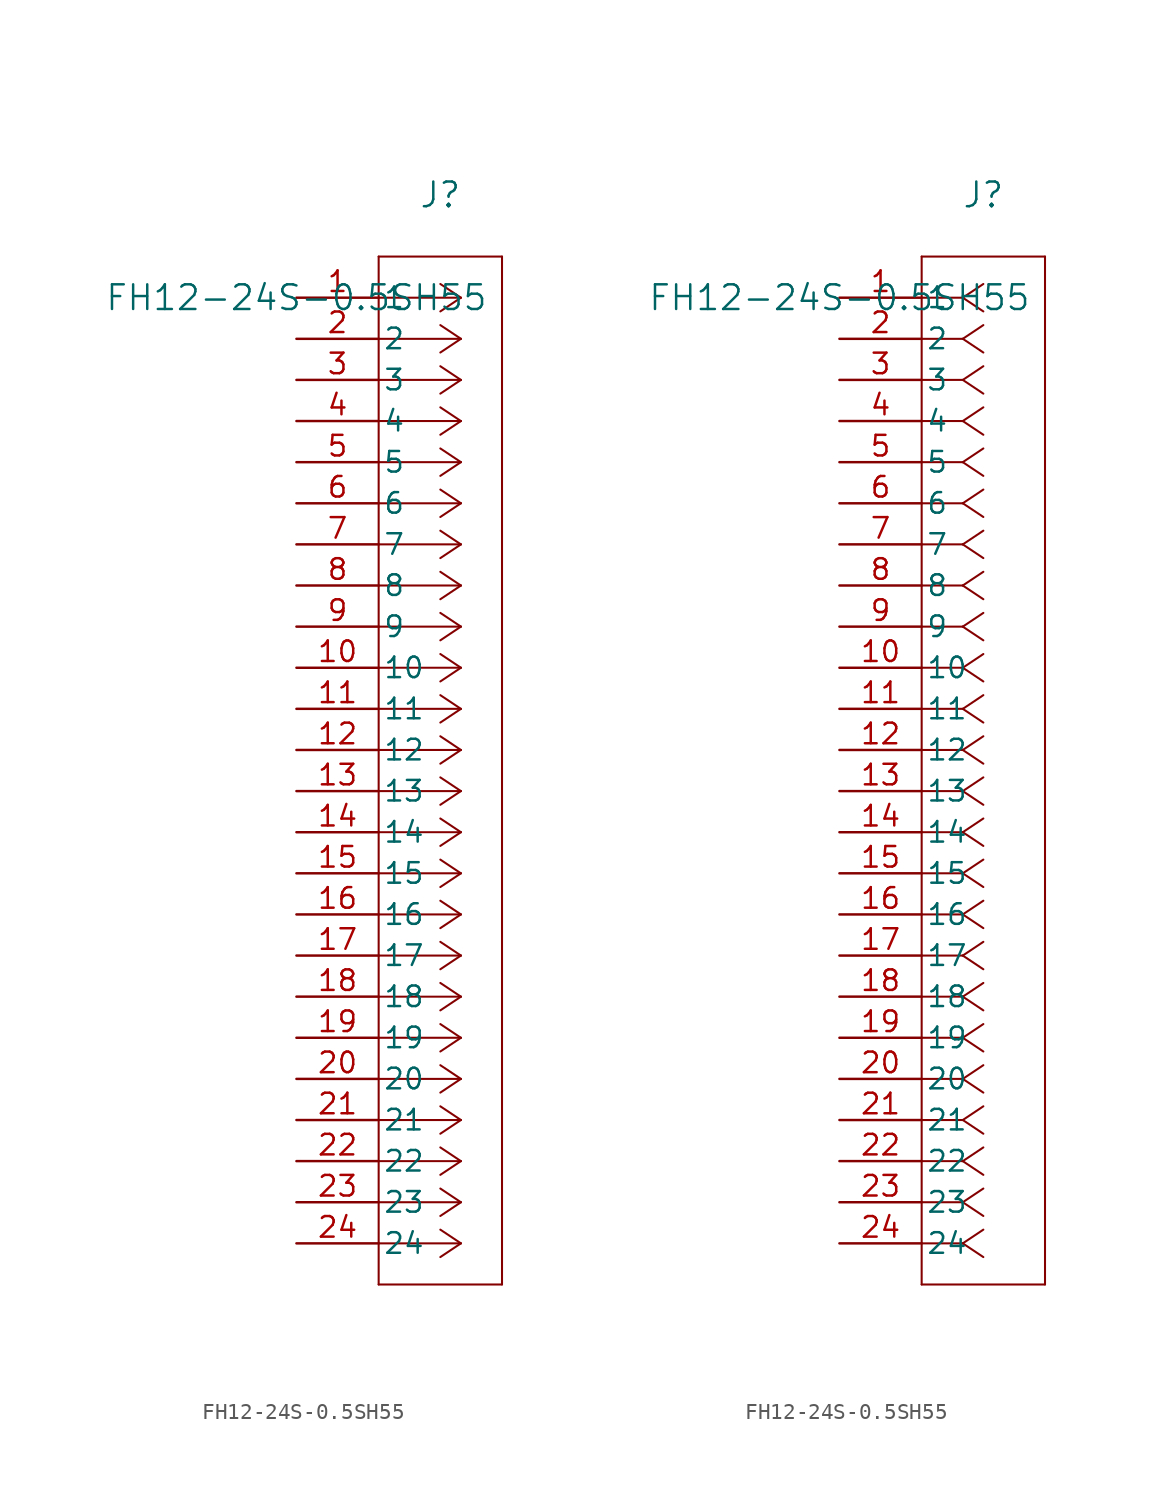
<source format=kicad_sym>
(kicad_symbol_lib
  (version 20241209)
  (generator "kicad_symbol_editor")
  (generator_version "9.0")
  (symbol "FH12-24S-0.5SH55"
    (pin_names
      (offset 0.254))
    (property "Reference" "J"
      (at 8.89 6.35 0)
      (effects (font (size 1.524 1.524))))
    (property "Value" "FH12-24S-0.5SH55"
      (at 0 0 0)
      (effects (font (size 1.524 1.524))))
    (property "ki_locked" ""
      (at 0 0 0)
      (effects (font (size 1.27 1.27))))
    (symbol "FH12-24S-0.5SH55_1_1"
      (polyline (pts (xy 5.08 2.54) (xy 5.08 -60.96)) (stroke (width 0.127) (type default)) (fill (type none)))
      (polyline (pts (xy 5.08 -60.96) (xy 12.7 -60.96)) (stroke (width 0.127) (type default)) (fill (type none)))
      (polyline (pts (xy 10.16 0) (xy 5.08 0)) (stroke (width 0.127) (type default)) (fill (type none)))
      (polyline (pts (xy 10.16 0) (xy 8.89 0.847)) (stroke (width 0.127) (type default)) (fill (type none)))
      (polyline (pts (xy 10.16 0) (xy 8.89 -0.847)) (stroke (width 0.127) (type default)) (fill (type none)))
      (polyline (pts (xy 10.16 -2.54) (xy 5.08 -2.54)) (stroke (width 0.127) (type default)) (fill (type none)))
      (polyline (pts (xy 10.16 -2.54) (xy 8.89 -1.693)) (stroke (width 0.127) (type default)) (fill (type none)))
      (polyline (pts (xy 10.16 -2.54) (xy 8.89 -3.387)) (stroke (width 0.127) (type default)) (fill (type none)))
      (polyline (pts (xy 10.16 -5.08) (xy 5.08 -5.08)) (stroke (width 0.127) (type default)) (fill (type none)))
      (polyline (pts (xy 10.16 -5.08) (xy 8.89 -4.233)) (stroke (width 0.127) (type default)) (fill (type none)))
      (polyline (pts (xy 10.16 -5.08) (xy 8.89 -5.927)) (stroke (width 0.127) (type default)) (fill (type none)))
      (polyline (pts (xy 10.16 -7.62) (xy 5.08 -7.62)) (stroke (width 0.127) (type default)) (fill (type none)))
      (polyline (pts (xy 10.16 -7.62) (xy 8.89 -6.773)) (stroke (width 0.127) (type default)) (fill (type none)))
      (polyline (pts (xy 10.16 -7.62) (xy 8.89 -8.467)) (stroke (width 0.127) (type default)) (fill (type none)))
      (polyline (pts (xy 10.16 -10.16) (xy 5.08 -10.16)) (stroke (width 0.127) (type default)) (fill (type none)))
      (polyline (pts (xy 10.16 -10.16) (xy 8.89 -9.313)) (stroke (width 0.127) (type default)) (fill (type none)))
      (polyline (pts (xy 10.16 -10.16) (xy 8.89 -11.007)) (stroke (width 0.127) (type default)) (fill (type none)))
      (polyline (pts (xy 10.16 -12.7) (xy 5.08 -12.7)) (stroke (width 0.127) (type default)) (fill (type none)))
      (polyline (pts (xy 10.16 -12.7) (xy 8.89 -11.853)) (stroke (width 0.127) (type default)) (fill (type none)))
      (polyline (pts (xy 10.16 -12.7) (xy 8.89 -13.547)) (stroke (width 0.127) (type default)) (fill (type none)))
      (polyline (pts (xy 10.16 -15.24) (xy 5.08 -15.24)) (stroke (width 0.127) (type default)) (fill (type none)))
      (polyline (pts (xy 10.16 -15.24) (xy 8.89 -14.393)) (stroke (width 0.127) (type default)) (fill (type none)))
      (polyline (pts (xy 10.16 -15.24) (xy 8.89 -16.087)) (stroke (width 0.127) (type default)) (fill (type none)))
      (polyline (pts (xy 10.16 -17.78) (xy 5.08 -17.78)) (stroke (width 0.127) (type default)) (fill (type none)))
      (polyline (pts (xy 10.16 -17.78) (xy 8.89 -16.933)) (stroke (width 0.127) (type default)) (fill (type none)))
      (polyline (pts (xy 10.16 -17.78) (xy 8.89 -18.627)) (stroke (width 0.127) (type default)) (fill (type none)))
      (polyline (pts (xy 10.16 -20.32) (xy 5.08 -20.32)) (stroke (width 0.127) (type default)) (fill (type none)))
      (polyline (pts (xy 10.16 -20.32) (xy 8.89 -19.473)) (stroke (width 0.127) (type default)) (fill (type none)))
      (polyline (pts (xy 10.16 -20.32) (xy 8.89 -21.167)) (stroke (width 0.127) (type default)) (fill (type none)))
      (polyline (pts (xy 10.16 -22.86) (xy 5.08 -22.86)) (stroke (width 0.127) (type default)) (fill (type none)))
      (polyline (pts (xy 10.16 -22.86) (xy 8.89 -22.013)) (stroke (width 0.127) (type default)) (fill (type none)))
      (polyline (pts (xy 10.16 -22.86) (xy 8.89 -23.707)) (stroke (width 0.127) (type default)) (fill (type none)))
      (polyline (pts (xy 10.16 -25.4) (xy 5.08 -25.4)) (stroke (width 0.127) (type default)) (fill (type none)))
      (polyline (pts (xy 10.16 -25.4) (xy 8.89 -24.553)) (stroke (width 0.127) (type default)) (fill (type none)))
      (polyline (pts (xy 10.16 -25.4) (xy 8.89 -26.247)) (stroke (width 0.127) (type default)) (fill (type none)))
      (polyline (pts (xy 10.16 -27.94) (xy 5.08 -27.94)) (stroke (width 0.127) (type default)) (fill (type none)))
      (polyline (pts (xy 10.16 -27.94) (xy 8.89 -27.093)) (stroke (width 0.127) (type default)) (fill (type none)))
      (polyline (pts (xy 10.16 -27.94) (xy 8.89 -28.787)) (stroke (width 0.127) (type default)) (fill (type none)))
      (polyline (pts (xy 10.16 -30.48) (xy 5.08 -30.48)) (stroke (width 0.127) (type default)) (fill (type none)))
      (polyline (pts (xy 10.16 -30.48) (xy 8.89 -29.633)) (stroke (width 0.127) (type default)) (fill (type none)))
      (polyline (pts (xy 10.16 -30.48) (xy 8.89 -31.327)) (stroke (width 0.127) (type default)) (fill (type none)))
      (polyline (pts (xy 10.16 -33.02) (xy 5.08 -33.02)) (stroke (width 0.127) (type default)) (fill (type none)))
      (polyline (pts (xy 10.16 -33.02) (xy 8.89 -32.173)) (stroke (width 0.127) (type default)) (fill (type none)))
      (polyline (pts (xy 10.16 -33.02) (xy 8.89 -33.867)) (stroke (width 0.127) (type default)) (fill (type none)))
      (polyline (pts (xy 10.16 -35.56) (xy 5.08 -35.56)) (stroke (width 0.127) (type default)) (fill (type none)))
      (polyline (pts (xy 10.16 -35.56) (xy 8.89 -34.713)) (stroke (width 0.127) (type default)) (fill (type none)))
      (polyline (pts (xy 10.16 -35.56) (xy 8.89 -36.407)) (stroke (width 0.127) (type default)) (fill (type none)))
      (polyline (pts (xy 10.16 -38.1) (xy 5.08 -38.1)) (stroke (width 0.127) (type default)) (fill (type none)))
      (polyline (pts (xy 10.16 -38.1) (xy 8.89 -37.253)) (stroke (width 0.127) (type default)) (fill (type none)))
      (polyline (pts (xy 10.16 -38.1) (xy 8.89 -38.947)) (stroke (width 0.127) (type default)) (fill (type none)))
      (polyline (pts (xy 10.16 -40.64) (xy 5.08 -40.64)) (stroke (width 0.127) (type default)) (fill (type none)))
      (polyline (pts (xy 10.16 -40.64) (xy 8.89 -39.793)) (stroke (width 0.127) (type default)) (fill (type none)))
      (polyline (pts (xy 10.16 -40.64) (xy 8.89 -41.487)) (stroke (width 0.127) (type default)) (fill (type none)))
      (polyline (pts (xy 10.16 -43.18) (xy 5.08 -43.18)) (stroke (width 0.127) (type default)) (fill (type none)))
      (polyline (pts (xy 10.16 -43.18) (xy 8.89 -42.333)) (stroke (width 0.127) (type default)) (fill (type none)))
      (polyline (pts (xy 10.16 -43.18) (xy 8.89 -44.027)) (stroke (width 0.127) (type default)) (fill (type none)))
      (polyline (pts (xy 10.16 -45.72) (xy 5.08 -45.72)) (stroke (width 0.127) (type default)) (fill (type none)))
      (polyline (pts (xy 10.16 -45.72) (xy 8.89 -44.873)) (stroke (width 0.127) (type default)) (fill (type none)))
      (polyline (pts (xy 10.16 -45.72) (xy 8.89 -46.567)) (stroke (width 0.127) (type default)) (fill (type none)))
      (polyline (pts (xy 10.16 -48.26) (xy 5.08 -48.26)) (stroke (width 0.127) (type default)) (fill (type none)))
      (polyline (pts (xy 10.16 -48.26) (xy 8.89 -47.413)) (stroke (width 0.127) (type default)) (fill (type none)))
      (polyline (pts (xy 10.16 -48.26) (xy 8.89 -49.107)) (stroke (width 0.127) (type default)) (fill (type none)))
      (polyline (pts (xy 10.16 -50.8) (xy 5.08 -50.8)) (stroke (width 0.127) (type default)) (fill (type none)))
      (polyline (pts (xy 10.16 -50.8) (xy 8.89 -49.953)) (stroke (width 0.127) (type default)) (fill (type none)))
      (polyline (pts (xy 10.16 -50.8) (xy 8.89 -51.647)) (stroke (width 0.127) (type default)) (fill (type none)))
      (polyline (pts (xy 10.16 -53.34) (xy 5.08 -53.34)) (stroke (width 0.127) (type default)) (fill (type none)))
      (polyline (pts (xy 10.16 -53.34) (xy 8.89 -52.493)) (stroke (width 0.127) (type default)) (fill (type none)))
      (polyline (pts (xy 10.16 -53.34) (xy 8.89 -54.187)) (stroke (width 0.127) (type default)) (fill (type none)))
      (polyline (pts (xy 10.16 -55.88) (xy 5.08 -55.88)) (stroke (width 0.127) (type default)) (fill (type none)))
      (polyline (pts (xy 10.16 -55.88) (xy 8.89 -55.033)) (stroke (width 0.127) (type default)) (fill (type none)))
      (polyline (pts (xy 10.16 -55.88) (xy 8.89 -56.727)) (stroke (width 0.127) (type default)) (fill (type none)))
      (polyline (pts (xy 10.16 -58.42) (xy 5.08 -58.42)) (stroke (width 0.127) (type default)) (fill (type none)))
      (polyline (pts (xy 10.16 -58.42) (xy 8.89 -57.573)) (stroke (width 0.127) (type default)) (fill (type none)))
      (polyline (pts (xy 10.16 -58.42) (xy 8.89 -59.267)) (stroke (width 0.127) (type default)) (fill (type none)))
      (polyline (pts (xy 12.7 2.54) (xy 5.08 2.54)) (stroke (width 0.127) (type default)) (fill (type none)))
      (polyline (pts (xy 12.7 -60.96) (xy 12.7 2.54)) (stroke (width 0.127) (type default)) (fill (type none)))
      (pin unspecified line (at 0 0 0) (length 5.08) (name "1" (effects (font (size 1.27 1.27)))) (number "1" (effects (font (size 1.27 1.27)))))
      (pin unspecified line (at 0 -2.54 0) (length 5.08) (name "2" (effects (font (size 1.27 1.27)))) (number "2" (effects (font (size 1.27 1.27)))))
      (pin unspecified line (at 0 -5.08 0) (length 5.08) (name "3" (effects (font (size 1.27 1.27)))) (number "3" (effects (font (size 1.27 1.27)))))
      (pin unspecified line (at 0 -7.62 0) (length 5.08) (name "4" (effects (font (size 1.27 1.27)))) (number "4" (effects (font (size 1.27 1.27)))))
      (pin unspecified line (at 0 -10.16 0) (length 5.08) (name "5" (effects (font (size 1.27 1.27)))) (number "5" (effects (font (size 1.27 1.27)))))
      (pin unspecified line (at 0 -12.7 0) (length 5.08) (name "6" (effects (font (size 1.27 1.27)))) (number "6" (effects (font (size 1.27 1.27)))))
      (pin unspecified line (at 0 -15.24 0) (length 5.08) (name "7" (effects (font (size 1.27 1.27)))) (number "7" (effects (font (size 1.27 1.27)))))
      (pin unspecified line (at 0 -17.78 0) (length 5.08) (name "8" (effects (font (size 1.27 1.27)))) (number "8" (effects (font (size 1.27 1.27)))))
      (pin unspecified line (at 0 -20.32 0) (length 5.08) (name "9" (effects (font (size 1.27 1.27)))) (number "9" (effects (font (size 1.27 1.27)))))
      (pin unspecified line (at 0 -22.86 0) (length 5.08) (name "10" (effects (font (size 1.27 1.27)))) (number "10" (effects (font (size 1.27 1.27)))))
      (pin unspecified line (at 0 -25.4 0) (length 5.08) (name "11" (effects (font (size 1.27 1.27)))) (number "11" (effects (font (size 1.27 1.27)))))
      (pin unspecified line (at 0 -27.94 0) (length 5.08) (name "12" (effects (font (size 1.27 1.27)))) (number "12" (effects (font (size 1.27 1.27)))))
      (pin unspecified line (at 0 -30.48 0) (length 5.08) (name "13" (effects (font (size 1.27 1.27)))) (number "13" (effects (font (size 1.27 1.27)))))
      (pin unspecified line (at 0 -33.02 0) (length 5.08) (name "14" (effects (font (size 1.27 1.27)))) (number "14" (effects (font (size 1.27 1.27)))))
      (pin unspecified line (at 0 -35.56 0) (length 5.08) (name "15" (effects (font (size 1.27 1.27)))) (number "15" (effects (font (size 1.27 1.27)))))
      (pin unspecified line (at 0 -38.1 0) (length 5.08) (name "16" (effects (font (size 1.27 1.27)))) (number "16" (effects (font (size 1.27 1.27)))))
      (pin unspecified line (at 0 -40.64 0) (length 5.08) (name "17" (effects (font (size 1.27 1.27)))) (number "17" (effects (font (size 1.27 1.27)))))
      (pin unspecified line (at 0 -43.18 0) (length 5.08) (name "18" (effects (font (size 1.27 1.27)))) (number "18" (effects (font (size 1.27 1.27)))))
      (pin unspecified line (at 0 -45.72 0) (length 5.08) (name "19" (effects (font (size 1.27 1.27)))) (number "19" (effects (font (size 1.27 1.27)))))
      (pin unspecified line (at 0 -48.26 0) (length 5.08) (name "20" (effects (font (size 1.27 1.27)))) (number "20" (effects (font (size 1.27 1.27)))))
      (pin unspecified line (at 0 -50.8 0) (length 5.08) (name "21" (effects (font (size 1.27 1.27)))) (number "21" (effects (font (size 1.27 1.27)))))
      (pin unspecified line (at 0 -53.34 0) (length 5.08) (name "22" (effects (font (size 1.27 1.27)))) (number "22" (effects (font (size 1.27 1.27)))))
      (pin unspecified line (at 0 -55.88 0) (length 5.08) (name "23" (effects (font (size 1.27 1.27)))) (number "23" (effects (font (size 1.27 1.27)))))
      (pin unspecified line (at 0 -58.42 0) (length 5.08) (name "24" (effects (font (size 1.27 1.27)))) (number "24" (effects (font (size 1.27 1.27))))))
    (symbol "FH12-24S-0.5SH55_1_2"
      (polyline (pts (xy 5.08 2.54) (xy 5.08 -60.96)) (stroke (width 0.127) (type default)) (fill (type none)))
      (polyline (pts (xy 5.08 -60.96) (xy 12.7 -60.96)) (stroke (width 0.127) (type default)) (fill (type none)))
      (polyline (pts (xy 7.62 0) (xy 5.08 0)) (stroke (width 0.127) (type default)) (fill (type none)))
      (polyline (pts (xy 7.62 0) (xy 8.89 0.847)) (stroke (width 0.127) (type default)) (fill (type none)))
      (polyline (pts (xy 7.62 0) (xy 8.89 -0.847)) (stroke (width 0.127) (type default)) (fill (type none)))
      (polyline (pts (xy 7.62 -2.54) (xy 5.08 -2.54)) (stroke (width 0.127) (type default)) (fill (type none)))
      (polyline (pts (xy 7.62 -2.54) (xy 8.89 -1.693)) (stroke (width 0.127) (type default)) (fill (type none)))
      (polyline (pts (xy 7.62 -2.54) (xy 8.89 -3.387)) (stroke (width 0.127) (type default)) (fill (type none)))
      (polyline (pts (xy 7.62 -5.08) (xy 5.08 -5.08)) (stroke (width 0.127) (type default)) (fill (type none)))
      (polyline (pts (xy 7.62 -5.08) (xy 8.89 -4.233)) (stroke (width 0.127) (type default)) (fill (type none)))
      (polyline (pts (xy 7.62 -5.08) (xy 8.89 -5.927)) (stroke (width 0.127) (type default)) (fill (type none)))
      (polyline (pts (xy 7.62 -7.62) (xy 5.08 -7.62)) (stroke (width 0.127) (type default)) (fill (type none)))
      (polyline (pts (xy 7.62 -7.62) (xy 8.89 -6.773)) (stroke (width 0.127) (type default)) (fill (type none)))
      (polyline (pts (xy 7.62 -7.62) (xy 8.89 -8.467)) (stroke (width 0.127) (type default)) (fill (type none)))
      (polyline (pts (xy 7.62 -10.16) (xy 5.08 -10.16)) (stroke (width 0.127) (type default)) (fill (type none)))
      (polyline (pts (xy 7.62 -10.16) (xy 8.89 -9.313)) (stroke (width 0.127) (type default)) (fill (type none)))
      (polyline (pts (xy 7.62 -10.16) (xy 8.89 -11.007)) (stroke (width 0.127) (type default)) (fill (type none)))
      (polyline (pts (xy 7.62 -12.7) (xy 5.08 -12.7)) (stroke (width 0.127) (type default)) (fill (type none)))
      (polyline (pts (xy 7.62 -12.7) (xy 8.89 -11.853)) (stroke (width 0.127) (type default)) (fill (type none)))
      (polyline (pts (xy 7.62 -12.7) (xy 8.89 -13.547)) (stroke (width 0.127) (type default)) (fill (type none)))
      (polyline (pts (xy 7.62 -15.24) (xy 5.08 -15.24)) (stroke (width 0.127) (type default)) (fill (type none)))
      (polyline (pts (xy 7.62 -15.24) (xy 8.89 -14.393)) (stroke (width 0.127) (type default)) (fill (type none)))
      (polyline (pts (xy 7.62 -15.24) (xy 8.89 -16.087)) (stroke (width 0.127) (type default)) (fill (type none)))
      (polyline (pts (xy 7.62 -17.78) (xy 5.08 -17.78)) (stroke (width 0.127) (type default)) (fill (type none)))
      (polyline (pts (xy 7.62 -17.78) (xy 8.89 -16.933)) (stroke (width 0.127) (type default)) (fill (type none)))
      (polyline (pts (xy 7.62 -17.78) (xy 8.89 -18.627)) (stroke (width 0.127) (type default)) (fill (type none)))
      (polyline (pts (xy 7.62 -20.32) (xy 5.08 -20.32)) (stroke (width 0.127) (type default)) (fill (type none)))
      (polyline (pts (xy 7.62 -20.32) (xy 8.89 -19.473)) (stroke (width 0.127) (type default)) (fill (type none)))
      (polyline (pts (xy 7.62 -20.32) (xy 8.89 -21.167)) (stroke (width 0.127) (type default)) (fill (type none)))
      (polyline (pts (xy 7.62 -22.86) (xy 5.08 -22.86)) (stroke (width 0.127) (type default)) (fill (type none)))
      (polyline (pts (xy 7.62 -22.86) (xy 8.89 -22.013)) (stroke (width 0.127) (type default)) (fill (type none)))
      (polyline (pts (xy 7.62 -22.86) (xy 8.89 -23.707)) (stroke (width 0.127) (type default)) (fill (type none)))
      (polyline (pts (xy 7.62 -25.4) (xy 5.08 -25.4)) (stroke (width 0.127) (type default)) (fill (type none)))
      (polyline (pts (xy 7.62 -25.4) (xy 8.89 -24.553)) (stroke (width 0.127) (type default)) (fill (type none)))
      (polyline (pts (xy 7.62 -25.4) (xy 8.89 -26.247)) (stroke (width 0.127) (type default)) (fill (type none)))
      (polyline (pts (xy 7.62 -27.94) (xy 5.08 -27.94)) (stroke (width 0.127) (type default)) (fill (type none)))
      (polyline (pts (xy 7.62 -27.94) (xy 8.89 -27.093)) (stroke (width 0.127) (type default)) (fill (type none)))
      (polyline (pts (xy 7.62 -27.94) (xy 8.89 -28.787)) (stroke (width 0.127) (type default)) (fill (type none)))
      (polyline (pts (xy 7.62 -30.48) (xy 5.08 -30.48)) (stroke (width 0.127) (type default)) (fill (type none)))
      (polyline (pts (xy 7.62 -30.48) (xy 8.89 -29.633)) (stroke (width 0.127) (type default)) (fill (type none)))
      (polyline (pts (xy 7.62 -30.48) (xy 8.89 -31.327)) (stroke (width 0.127) (type default)) (fill (type none)))
      (polyline (pts (xy 7.62 -33.02) (xy 5.08 -33.02)) (stroke (width 0.127) (type default)) (fill (type none)))
      (polyline (pts (xy 7.62 -33.02) (xy 8.89 -32.173)) (stroke (width 0.127) (type default)) (fill (type none)))
      (polyline (pts (xy 7.62 -33.02) (xy 8.89 -33.867)) (stroke (width 0.127) (type default)) (fill (type none)))
      (polyline (pts (xy 7.62 -35.56) (xy 5.08 -35.56)) (stroke (width 0.127) (type default)) (fill (type none)))
      (polyline (pts (xy 7.62 -35.56) (xy 8.89 -34.713)) (stroke (width 0.127) (type default)) (fill (type none)))
      (polyline (pts (xy 7.62 -35.56) (xy 8.89 -36.407)) (stroke (width 0.127) (type default)) (fill (type none)))
      (polyline (pts (xy 7.62 -38.1) (xy 5.08 -38.1)) (stroke (width 0.127) (type default)) (fill (type none)))
      (polyline (pts (xy 7.62 -38.1) (xy 8.89 -37.253)) (stroke (width 0.127) (type default)) (fill (type none)))
      (polyline (pts (xy 7.62 -38.1) (xy 8.89 -38.947)) (stroke (width 0.127) (type default)) (fill (type none)))
      (polyline (pts (xy 7.62 -40.64) (xy 5.08 -40.64)) (stroke (width 0.127) (type default)) (fill (type none)))
      (polyline (pts (xy 7.62 -40.64) (xy 8.89 -39.793)) (stroke (width 0.127) (type default)) (fill (type none)))
      (polyline (pts (xy 7.62 -40.64) (xy 8.89 -41.487)) (stroke (width 0.127) (type default)) (fill (type none)))
      (polyline (pts (xy 7.62 -43.18) (xy 5.08 -43.18)) (stroke (width 0.127) (type default)) (fill (type none)))
      (polyline (pts (xy 7.62 -43.18) (xy 8.89 -42.333)) (stroke (width 0.127) (type default)) (fill (type none)))
      (polyline (pts (xy 7.62 -43.18) (xy 8.89 -44.027)) (stroke (width 0.127) (type default)) (fill (type none)))
      (polyline (pts (xy 7.62 -45.72) (xy 5.08 -45.72)) (stroke (width 0.127) (type default)) (fill (type none)))
      (polyline (pts (xy 7.62 -45.72) (xy 8.89 -44.873)) (stroke (width 0.127) (type default)) (fill (type none)))
      (polyline (pts (xy 7.62 -45.72) (xy 8.89 -46.567)) (stroke (width 0.127) (type default)) (fill (type none)))
      (polyline (pts (xy 7.62 -48.26) (xy 5.08 -48.26)) (stroke (width 0.127) (type default)) (fill (type none)))
      (polyline (pts (xy 7.62 -48.26) (xy 8.89 -47.413)) (stroke (width 0.127) (type default)) (fill (type none)))
      (polyline (pts (xy 7.62 -48.26) (xy 8.89 -49.107)) (stroke (width 0.127) (type default)) (fill (type none)))
      (polyline (pts (xy 7.62 -50.8) (xy 5.08 -50.8)) (stroke (width 0.127) (type default)) (fill (type none)))
      (polyline (pts (xy 7.62 -50.8) (xy 8.89 -49.953)) (stroke (width 0.127) (type default)) (fill (type none)))
      (polyline (pts (xy 7.62 -50.8) (xy 8.89 -51.647)) (stroke (width 0.127) (type default)) (fill (type none)))
      (polyline (pts (xy 7.62 -53.34) (xy 5.08 -53.34)) (stroke (width 0.127) (type default)) (fill (type none)))
      (polyline (pts (xy 7.62 -53.34) (xy 8.89 -52.493)) (stroke (width 0.127) (type default)) (fill (type none)))
      (polyline (pts (xy 7.62 -53.34) (xy 8.89 -54.187)) (stroke (width 0.127) (type default)) (fill (type none)))
      (polyline (pts (xy 7.62 -55.88) (xy 5.08 -55.88)) (stroke (width 0.127) (type default)) (fill (type none)))
      (polyline (pts (xy 7.62 -55.88) (xy 8.89 -55.033)) (stroke (width 0.127) (type default)) (fill (type none)))
      (polyline (pts (xy 7.62 -55.88) (xy 8.89 -56.727)) (stroke (width 0.127) (type default)) (fill (type none)))
      (polyline (pts (xy 7.62 -58.42) (xy 5.08 -58.42)) (stroke (width 0.127) (type default)) (fill (type none)))
      (polyline (pts (xy 7.62 -58.42) (xy 8.89 -57.573)) (stroke (width 0.127) (type default)) (fill (type none)))
      (polyline (pts (xy 7.62 -58.42) (xy 8.89 -59.267)) (stroke (width 0.127) (type default)) (fill (type none)))
      (polyline (pts (xy 12.7 2.54) (xy 5.08 2.54)) (stroke (width 0.127) (type default)) (fill (type none)))
      (polyline (pts (xy 12.7 -60.96) (xy 12.7 2.54)) (stroke (width 0.127) (type default)) (fill (type none)))
      (pin unspecified line (at 0 0 0) (length 5.08) (name "1" (effects (font (size 1.27 1.27)))) (number "1" (effects (font (size 1.27 1.27)))))
      (pin unspecified line (at 0 -2.54 0) (length 5.08) (name "2" (effects (font (size 1.27 1.27)))) (number "2" (effects (font (size 1.27 1.27)))))
      (pin unspecified line (at 0 -5.08 0) (length 5.08) (name "3" (effects (font (size 1.27 1.27)))) (number "3" (effects (font (size 1.27 1.27)))))
      (pin unspecified line (at 0 -7.62 0) (length 5.08) (name "4" (effects (font (size 1.27 1.27)))) (number "4" (effects (font (size 1.27 1.27)))))
      (pin unspecified line (at 0 -10.16 0) (length 5.08) (name "5" (effects (font (size 1.27 1.27)))) (number "5" (effects (font (size 1.27 1.27)))))
      (pin unspecified line (at 0 -12.7 0) (length 5.08) (name "6" (effects (font (size 1.27 1.27)))) (number "6" (effects (font (size 1.27 1.27)))))
      (pin unspecified line (at 0 -15.24 0) (length 5.08) (name "7" (effects (font (size 1.27 1.27)))) (number "7" (effects (font (size 1.27 1.27)))))
      (pin unspecified line (at 0 -17.78 0) (length 5.08) (name "8" (effects (font (size 1.27 1.27)))) (number "8" (effects (font (size 1.27 1.27)))))
      (pin unspecified line (at 0 -20.32 0) (length 5.08) (name "9" (effects (font (size 1.27 1.27)))) (number "9" (effects (font (size 1.27 1.27)))))
      (pin unspecified line (at 0 -22.86 0) (length 5.08) (name "10" (effects (font (size 1.27 1.27)))) (number "10" (effects (font (size 1.27 1.27)))))
      (pin unspecified line (at 0 -25.4 0) (length 5.08) (name "11" (effects (font (size 1.27 1.27)))) (number "11" (effects (font (size 1.27 1.27)))))
      (pin unspecified line (at 0 -27.94 0) (length 5.08) (name "12" (effects (font (size 1.27 1.27)))) (number "12" (effects (font (size 1.27 1.27)))))
      (pin unspecified line (at 0 -30.48 0) (length 5.08) (name "13" (effects (font (size 1.27 1.27)))) (number "13" (effects (font (size 1.27 1.27)))))
      (pin unspecified line (at 0 -33.02 0) (length 5.08) (name "14" (effects (font (size 1.27 1.27)))) (number "14" (effects (font (size 1.27 1.27)))))
      (pin unspecified line (at 0 -35.56 0) (length 5.08) (name "15" (effects (font (size 1.27 1.27)))) (number "15" (effects (font (size 1.27 1.27)))))
      (pin unspecified line (at 0 -38.1 0) (length 5.08) (name "16" (effects (font (size 1.27 1.27)))) (number "16" (effects (font (size 1.27 1.27)))))
      (pin unspecified line (at 0 -40.64 0) (length 5.08) (name "17" (effects (font (size 1.27 1.27)))) (number "17" (effects (font (size 1.27 1.27)))))
      (pin unspecified line (at 0 -43.18 0) (length 5.08) (name "18" (effects (font (size 1.27 1.27)))) (number "18" (effects (font (size 1.27 1.27)))))
      (pin unspecified line (at 0 -45.72 0) (length 5.08) (name "19" (effects (font (size 1.27 1.27)))) (number "19" (effects (font (size 1.27 1.27)))))
      (pin unspecified line (at 0 -48.26 0) (length 5.08) (name "20" (effects (font (size 1.27 1.27)))) (number "20" (effects (font (size 1.27 1.27)))))
      (pin unspecified line (at 0 -50.8 0) (length 5.08) (name "21" (effects (font (size 1.27 1.27)))) (number "21" (effects (font (size 1.27 1.27)))))
      (pin unspecified line (at 0 -53.34 0) (length 5.08) (name "22" (effects (font (size 1.27 1.27)))) (number "22" (effects (font (size 1.27 1.27)))))
      (pin unspecified line (at 0 -55.88 0) (length 5.08) (name "23" (effects (font (size 1.27 1.27)))) (number "23" (effects (font (size 1.27 1.27)))))
      (pin unspecified line (at 0 -58.42 0) (length 5.08) (name "24" (effects (font (size 1.27 1.27)))) (number "24" (effects (font (size 1.27 1.27))))))))
</source>
